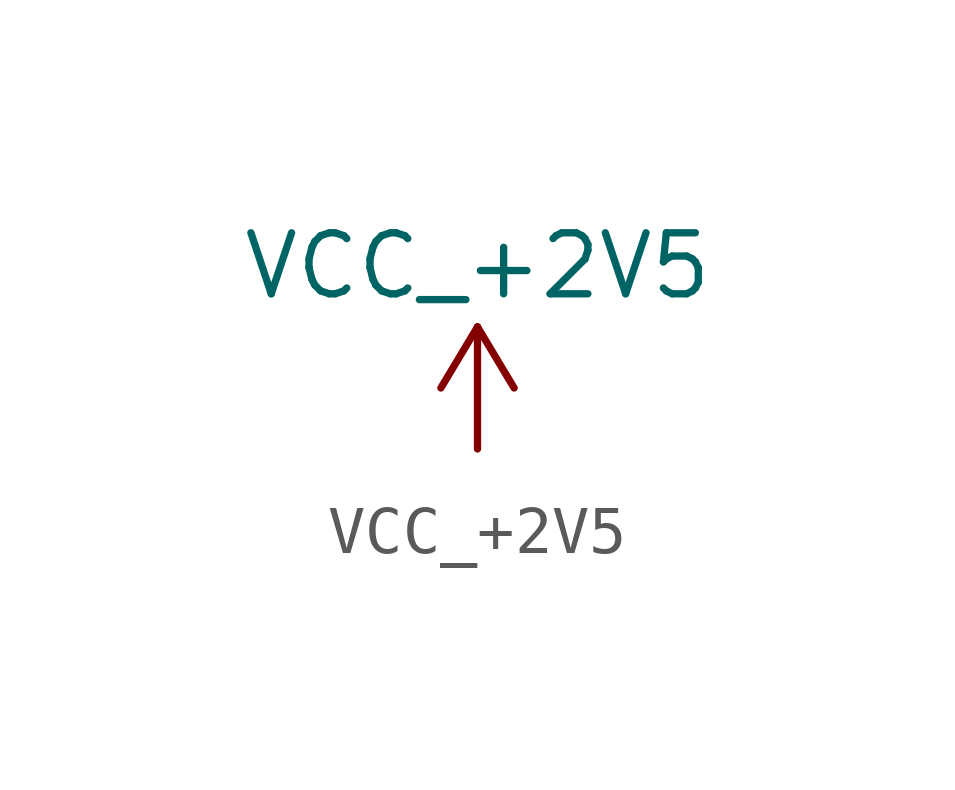
<source format=kicad_sym>
(kicad_symbol_lib
  (version 20220914)
  (generator kicad_symbol_editor)
  (symbol "VCC_+2V5"
    (power)
    (property "Reference" "#PWR"
      (at 0 -3.81 0)
      (effects (font (size 1.27 1.27)) hide))
    (property "Value" "VCC_+2V5"
      (at 0 3.81 0)
      (effects (font (size 1.27 1.27))))
    (symbol "VCC_+2V5_0_1"
      (polyline (pts (xy -0.762 1.27) (xy 0 2.54)) (stroke (width 0) (type default)) (fill (type none)))
      (polyline (pts (xy 0 0) (xy 0 2.54)) (stroke (width 0) (type default)) (fill (type none)))
      (polyline (pts (xy 0 2.54) (xy 0.762 1.27)) (stroke (width 0) (type default)) (fill (type none))))
    (symbol "VCC_+2V5_1_1"
      (pin power_in line (at 0 0 90) (length 0) hide (name "+2V5" (effects (font (size 1.27 1.27)))) (number "1" (effects (font (size 1.27 1.27))))))))
</source>
